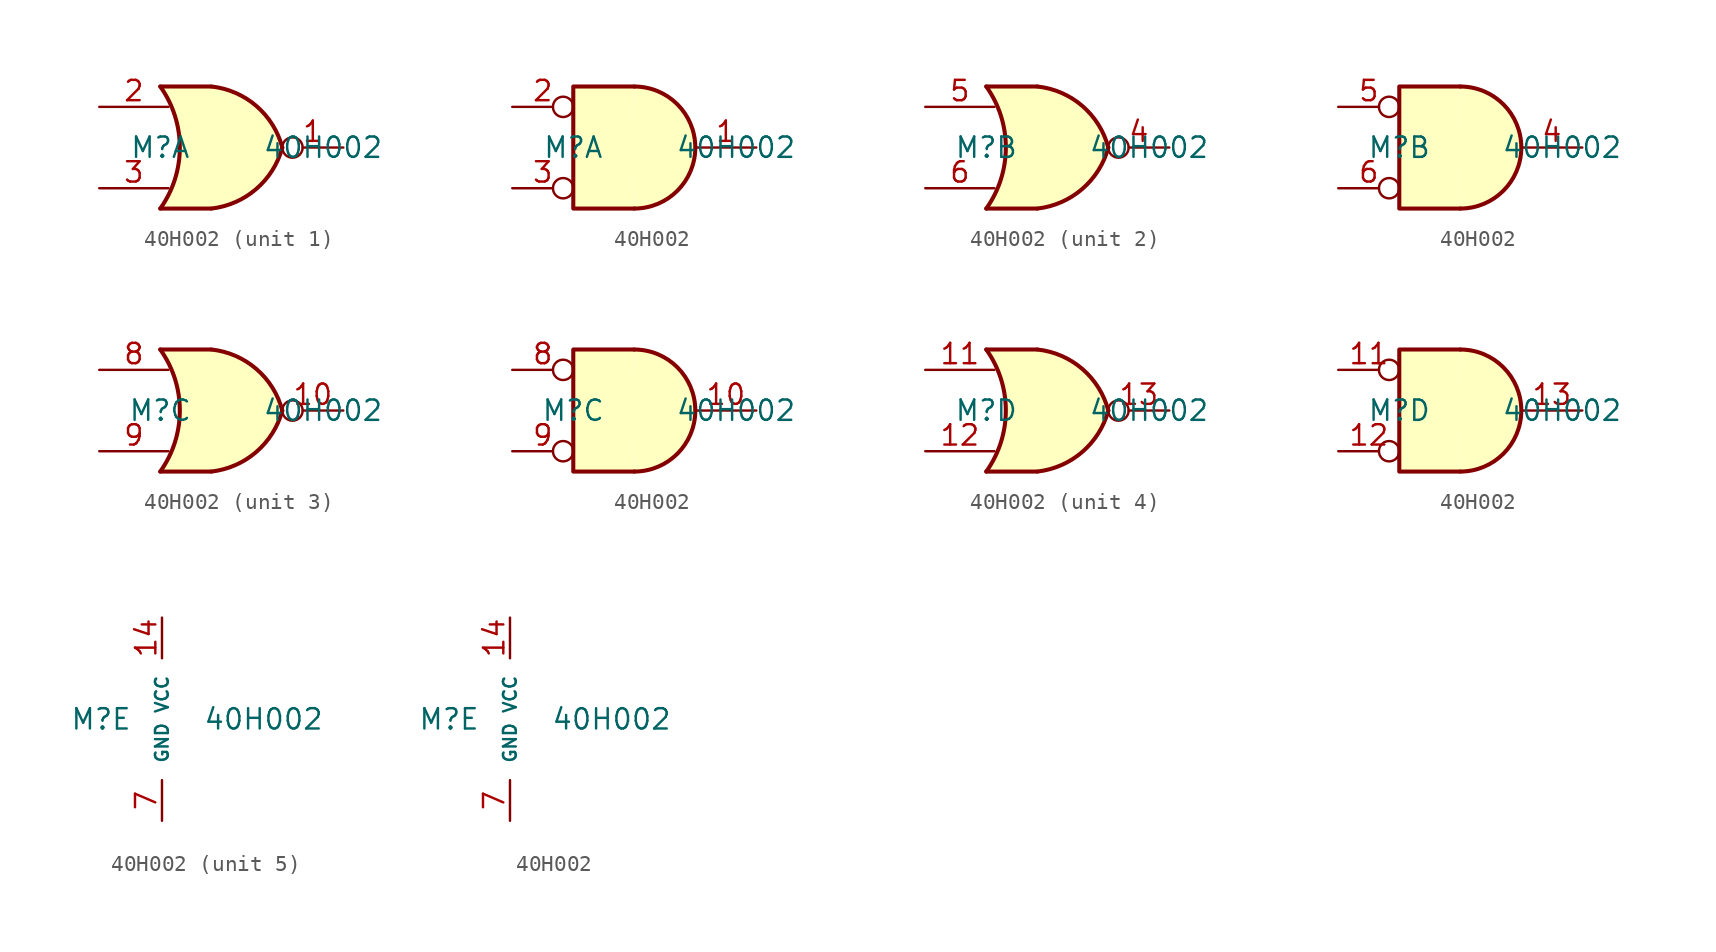
<source format=kicad_sym>
(kicad_symbol_lib
  (version 20211014)
  (generator kicad_symbol_editor)
  (symbol "40H002"
    (pin_names
      (offset 1.016))
    (property "Reference" "M"
      (at -3.81 0 0)
      (effects (font (size 1.27 1.27))))
    (property "Value" "40H002"
      (at 6.35 0 0)
      (effects (font (size 1.27 1.27))))
    (property "ki_locked" ""
      (at 0 0 0)
      (effects (font (size 1.27 1.27))))
    (symbol "40H002_1_1"
      (arc (start -3.81 -3.81) (mid -2.589 0) (end -3.81 3.81) (stroke (width 0.254) (type default) (color 0 0 0 0)) (fill (type none)))
      (arc (start -0.6096 -3.81) (mid 2.1842 -2.5851) (end 3.81 0) (stroke (width 0.254) (type default) (color 0 0 0 0)) (fill (type background)))
      (polyline (pts (xy -3.81 -3.81) (xy -0.635 -3.81)) (stroke (width 0.254) (type default) (color 0 0 0 0)) (fill (type background)))
      (polyline (pts (xy -3.81 3.81) (xy -0.635 3.81)) (stroke (width 0.254) (type default) (color 0 0 0 0)) (fill (type background)))
      (polyline (pts (xy -0.635 3.81) (xy -3.81 3.81) (xy -3.81 3.81) (xy -3.556 3.404) (xy -3.023 2.261) (xy -2.692 1.041) (xy -2.616 -0.254) (xy -2.769 -1.499) (xy -3.175 -2.718) (xy -3.81 -3.81) (xy -3.81 -3.81) (xy -0.635 -3.81)) (stroke (width -25.4) (type default) (color 0 0 0 0)) (fill (type background)))
      (arc (start 3.81 0) (mid 2.1915 2.5936) (end -0.6096 3.81) (stroke (width 0.254) (type default) (color 0 0 0 0)) (fill (type background)))
      (pin output inverted (at 7.62 0 180) (length 3.81) (name "~" (effects (font (size 1.27 1.27)))) (number "1" (effects (font (size 1.27 1.27)))))
      (pin input line (at -7.62 2.54 0) (length 4.318) (name "~" (effects (font (size 1.27 1.27)))) (number "2" (effects (font (size 1.27 1.27)))))
      (pin input line (at -7.62 -2.54 0) (length 4.318) (name "~" (effects (font (size 1.27 1.27)))) (number "3" (effects (font (size 1.27 1.27))))))
    (symbol "40H002_1_2"
      (arc (start 0 -3.81) (mid 3.81 0) (end 0 3.81) (stroke (width 0.254) (type default) (color 0 0 0 0)) (fill (type background)))
      (polyline (pts (xy 0 3.81) (xy -3.81 3.81) (xy -3.81 -3.81) (xy 0 -3.81)) (stroke (width 0.254) (type default) (color 0 0 0 0)) (fill (type background)))
      (pin output line (at 7.62 0 180) (length 3.81) (name "~" (effects (font (size 1.27 1.27)))) (number "1" (effects (font (size 1.27 1.27)))))
      (pin input inverted (at -7.62 2.54 0) (length 3.81) (name "~" (effects (font (size 1.27 1.27)))) (number "2" (effects (font (size 1.27 1.27)))))
      (pin input inverted (at -7.62 -2.54 0) (length 3.81) (name "~" (effects (font (size 1.27 1.27)))) (number "3" (effects (font (size 1.27 1.27))))))
    (symbol "40H002_2_1"
      (arc (start -3.81 -3.81) (mid -2.589 0) (end -3.81 3.81) (stroke (width 0.254) (type default) (color 0 0 0 0)) (fill (type none)))
      (arc (start -0.6096 -3.81) (mid 2.1842 -2.5851) (end 3.81 0) (stroke (width 0.254) (type default) (color 0 0 0 0)) (fill (type background)))
      (polyline (pts (xy -3.81 -3.81) (xy -0.635 -3.81)) (stroke (width 0.254) (type default) (color 0 0 0 0)) (fill (type background)))
      (polyline (pts (xy -3.81 3.81) (xy -0.635 3.81)) (stroke (width 0.254) (type default) (color 0 0 0 0)) (fill (type background)))
      (polyline (pts (xy -0.635 3.81) (xy -3.81 3.81) (xy -3.81 3.81) (xy -3.556 3.404) (xy -3.023 2.261) (xy -2.692 1.041) (xy -2.616 -0.254) (xy -2.769 -1.499) (xy -3.175 -2.718) (xy -3.81 -3.81) (xy -3.81 -3.81) (xy -0.635 -3.81)) (stroke (width -25.4) (type default) (color 0 0 0 0)) (fill (type background)))
      (arc (start 3.81 0) (mid 2.1915 2.5936) (end -0.6096 3.81) (stroke (width 0.254) (type default) (color 0 0 0 0)) (fill (type background)))
      (pin output inverted (at 7.62 0 180) (length 3.81) (name "~" (effects (font (size 1.27 1.27)))) (number "4" (effects (font (size 1.27 1.27)))))
      (pin input line (at -7.62 2.54 0) (length 4.318) (name "~" (effects (font (size 1.27 1.27)))) (number "5" (effects (font (size 1.27 1.27)))))
      (pin input line (at -7.62 -2.54 0) (length 4.318) (name "~" (effects (font (size 1.27 1.27)))) (number "6" (effects (font (size 1.27 1.27))))))
    (symbol "40H002_2_2"
      (arc (start 0 -3.81) (mid 3.81 0) (end 0 3.81) (stroke (width 0.254) (type default) (color 0 0 0 0)) (fill (type background)))
      (polyline (pts (xy 0 3.81) (xy -3.81 3.81) (xy -3.81 -3.81) (xy 0 -3.81)) (stroke (width 0.254) (type default) (color 0 0 0 0)) (fill (type background)))
      (pin output line (at 7.62 0 180) (length 3.81) (name "~" (effects (font (size 1.27 1.27)))) (number "4" (effects (font (size 1.27 1.27)))))
      (pin input inverted (at -7.62 2.54 0) (length 3.81) (name "~" (effects (font (size 1.27 1.27)))) (number "5" (effects (font (size 1.27 1.27)))))
      (pin input inverted (at -7.62 -2.54 0) (length 3.81) (name "~" (effects (font (size 1.27 1.27)))) (number "6" (effects (font (size 1.27 1.27))))))
    (symbol "40H002_3_1"
      (arc (start -3.81 -3.81) (mid -2.589 0) (end -3.81 3.81) (stroke (width 0.254) (type default) (color 0 0 0 0)) (fill (type none)))
      (arc (start -0.6096 -3.81) (mid 2.1842 -2.5851) (end 3.81 0) (stroke (width 0.254) (type default) (color 0 0 0 0)) (fill (type background)))
      (polyline (pts (xy -3.81 -3.81) (xy -0.635 -3.81)) (stroke (width 0.254) (type default) (color 0 0 0 0)) (fill (type background)))
      (polyline (pts (xy -3.81 3.81) (xy -0.635 3.81)) (stroke (width 0.254) (type default) (color 0 0 0 0)) (fill (type background)))
      (polyline (pts (xy -0.635 3.81) (xy -3.81 3.81) (xy -3.81 3.81) (xy -3.556 3.404) (xy -3.023 2.261) (xy -2.692 1.041) (xy -2.616 -0.254) (xy -2.769 -1.499) (xy -3.175 -2.718) (xy -3.81 -3.81) (xy -3.81 -3.81) (xy -0.635 -3.81)) (stroke (width -25.4) (type default) (color 0 0 0 0)) (fill (type background)))
      (arc (start 3.81 0) (mid 2.1915 2.5936) (end -0.6096 3.81) (stroke (width 0.254) (type default) (color 0 0 0 0)) (fill (type background)))
      (pin output inverted (at 7.62 0 180) (length 3.81) (name "~" (effects (font (size 1.27 1.27)))) (number "10" (effects (font (size 1.27 1.27)))))
      (pin input line (at -7.62 2.54 0) (length 4.318) (name "~" (effects (font (size 1.27 1.27)))) (number "8" (effects (font (size 1.27 1.27)))))
      (pin input line (at -7.62 -2.54 0) (length 4.318) (name "~" (effects (font (size 1.27 1.27)))) (number "9" (effects (font (size 1.27 1.27))))))
    (symbol "40H002_3_2"
      (arc (start 0 -3.81) (mid 3.81 0) (end 0 3.81) (stroke (width 0.254) (type default) (color 0 0 0 0)) (fill (type background)))
      (polyline (pts (xy 0 3.81) (xy -3.81 3.81) (xy -3.81 -3.81) (xy 0 -3.81)) (stroke (width 0.254) (type default) (color 0 0 0 0)) (fill (type background)))
      (pin output line (at 7.62 0 180) (length 3.81) (name "~" (effects (font (size 1.27 1.27)))) (number "10" (effects (font (size 1.27 1.27)))))
      (pin input inverted (at -7.62 2.54 0) (length 3.81) (name "~" (effects (font (size 1.27 1.27)))) (number "8" (effects (font (size 1.27 1.27)))))
      (pin input inverted (at -7.62 -2.54 0) (length 3.81) (name "~" (effects (font (size 1.27 1.27)))) (number "9" (effects (font (size 1.27 1.27))))))
    (symbol "40H002_4_1"
      (arc (start -3.81 -3.81) (mid -2.589 0) (end -3.81 3.81) (stroke (width 0.254) (type default) (color 0 0 0 0)) (fill (type none)))
      (arc (start -0.6096 -3.81) (mid 2.1842 -2.5851) (end 3.81 0) (stroke (width 0.254) (type default) (color 0 0 0 0)) (fill (type background)))
      (polyline (pts (xy -3.81 -3.81) (xy -0.635 -3.81)) (stroke (width 0.254) (type default) (color 0 0 0 0)) (fill (type background)))
      (polyline (pts (xy -3.81 3.81) (xy -0.635 3.81)) (stroke (width 0.254) (type default) (color 0 0 0 0)) (fill (type background)))
      (polyline (pts (xy -0.635 3.81) (xy -3.81 3.81) (xy -3.81 3.81) (xy -3.556 3.404) (xy -3.023 2.261) (xy -2.692 1.041) (xy -2.616 -0.254) (xy -2.769 -1.499) (xy -3.175 -2.718) (xy -3.81 -3.81) (xy -3.81 -3.81) (xy -0.635 -3.81)) (stroke (width -25.4) (type default) (color 0 0 0 0)) (fill (type background)))
      (arc (start 3.81 0) (mid 2.1915 2.5936) (end -0.6096 3.81) (stroke (width 0.254) (type default) (color 0 0 0 0)) (fill (type background)))
      (pin input line (at -7.62 2.54 0) (length 4.318) (name "~" (effects (font (size 1.27 1.27)))) (number "11" (effects (font (size 1.27 1.27)))))
      (pin input line (at -7.62 -2.54 0) (length 4.318) (name "~" (effects (font (size 1.27 1.27)))) (number "12" (effects (font (size 1.27 1.27)))))
      (pin output inverted (at 7.62 0 180) (length 3.81) (name "~" (effects (font (size 1.27 1.27)))) (number "13" (effects (font (size 1.27 1.27))))))
    (symbol "40H002_4_2"
      (arc (start 0 -3.81) (mid 3.81 0) (end 0 3.81) (stroke (width 0.254) (type default) (color 0 0 0 0)) (fill (type background)))
      (polyline (pts (xy 0 3.81) (xy -3.81 3.81) (xy -3.81 -3.81) (xy 0 -3.81)) (stroke (width 0.254) (type default) (color 0 0 0 0)) (fill (type background)))
      (pin input inverted (at -7.62 2.54 0) (length 3.81) (name "~" (effects (font (size 1.27 1.27)))) (number "11" (effects (font (size 1.27 1.27)))))
      (pin input inverted (at -7.62 -2.54 0) (length 3.81) (name "~" (effects (font (size 1.27 1.27)))) (number "12" (effects (font (size 1.27 1.27)))))
      (pin output line (at 7.62 0 180) (length 3.81) (name "~" (effects (font (size 1.27 1.27)))) (number "13" (effects (font (size 1.27 1.27))))))
    (symbol "40H002_5_0"
      (pin power_in line (at 0 6.35 270) (length 2.54) (name "VCC" (effects (font (size 0.8 0.8)))) (number "14" (effects (font (size 1.27 1.27)))))
      (pin power_in line (at 0 -6.35 90) (length 2.54) (name "GND" (effects (font (size 0.8 0.8)))) (number "7" (effects (font (size 1.27 1.27))))))))
</source>
